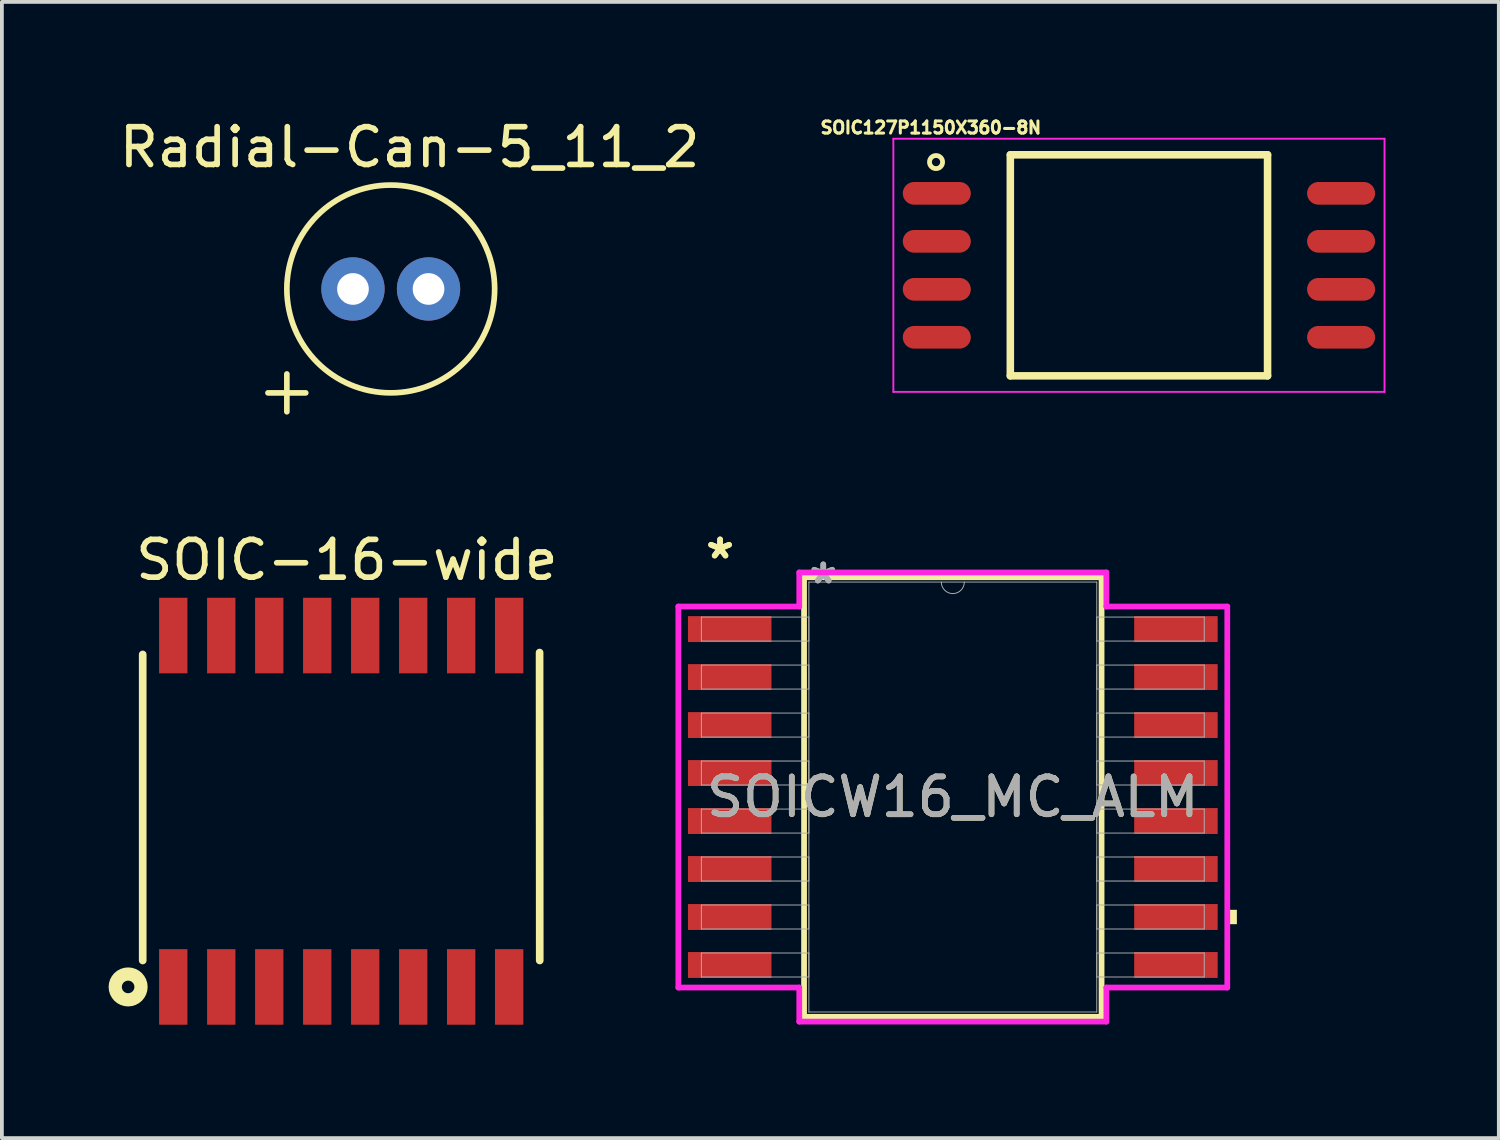
<source format=kicad_pcb>
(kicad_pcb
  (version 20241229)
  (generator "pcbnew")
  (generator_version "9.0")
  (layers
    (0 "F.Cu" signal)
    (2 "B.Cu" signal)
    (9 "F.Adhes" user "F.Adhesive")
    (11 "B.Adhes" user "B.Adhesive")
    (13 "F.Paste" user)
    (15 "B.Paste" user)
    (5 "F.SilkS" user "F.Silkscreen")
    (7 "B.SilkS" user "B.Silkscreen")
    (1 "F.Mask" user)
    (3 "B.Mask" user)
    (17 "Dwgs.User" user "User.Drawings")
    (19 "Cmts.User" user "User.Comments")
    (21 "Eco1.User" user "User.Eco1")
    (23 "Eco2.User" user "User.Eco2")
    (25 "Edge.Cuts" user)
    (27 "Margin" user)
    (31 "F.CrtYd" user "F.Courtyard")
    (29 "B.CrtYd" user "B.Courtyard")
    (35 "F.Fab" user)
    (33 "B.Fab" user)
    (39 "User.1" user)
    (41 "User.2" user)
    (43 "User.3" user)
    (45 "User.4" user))
  (footprint "Radial-Can-5_11_2"
    (layer "F.Cu")
    (at 7.292 4.598)
    (property "Reference" "Radial-Can-5_11_2" (at 0.5 -3.75 0) (layer "F.SilkS") (effects (font (size 1 1) (thickness 0.15))))
    (attr through_hole)
    (fp_line (start -3.25 2.75) (end -2.25 2.75) (stroke (width 0.15) (type solid)) (layer "F.SilkS"))
    (fp_line (start -2.75 3.25) (end -2.75 2.25) (stroke (width 0.15) (type solid)) (layer "F.SilkS"))
    (fp_circle (center 0 0) (end 2.75 0) (stroke (width 0.15) (type solid)) (fill no) (layer "F.SilkS"))
    (pad "1" thru_hole circle (at -1 0) (size 1.676 1.676) (drill 0.838) (layers "*.Cu" "*.Mask"))
    (pad "2" thru_hole circle (at 1 0) (size 1.676 1.676) (drill 0.838) (layers "*.Cu" "*.Mask")))
  (footprint "SOICW16_MC_ALM"
    (layer "F.Cu")
    (at 22.168 18.045)
    (property "Reference" "SOICW16_MC_ALM" (at 0 0 0) (unlocked yes) (layer "F.SilkS") (effects (font (size 1 1) (thickness 0.15))))
    (attr smd)
    (fp_line (start -3.937 -5.817) (end -3.937 5.817) (stroke (width 0.152) (type solid)) (layer "F.SilkS"))
    (fp_line (start -3.937 5.817) (end 3.937 5.817) (stroke (width 0.152) (type solid)) (layer "F.SilkS"))
    (fp_line (start 3.937 -5.817) (end -3.937 -5.817) (stroke (width 0.152) (type solid)) (layer "F.SilkS"))
    (fp_line (start 3.937 5.817) (end 3.937 -5.817) (stroke (width 0.152) (type solid)) (layer "F.SilkS"))
    (fp_poly (pts (xy 7.518 2.985) (xy 7.518 3.365) (xy 7.264 3.365) (xy 7.264 2.985)) (stroke (width 0) (type solid)) (fill yes) (layer "F.SilkS"))
    (fp_line (start -7.264 -5.042) (end -4.064 -5.042) (stroke (width 0.152) (type solid)) (layer "F.CrtYd"))
    (fp_line (start -7.264 5.042) (end -7.264 -5.042) (stroke (width 0.152) (type solid)) (layer "F.CrtYd"))
    (fp_line (start -7.264 5.042) (end -4.064 5.042) (stroke (width 0.152) (type solid)) (layer "F.CrtYd"))
    (fp_line (start -4.064 -5.944) (end 4.064 -5.944) (stroke (width 0.152) (type solid)) (layer "F.CrtYd"))
    (fp_line (start -4.064 -5.042) (end -4.064 -5.944) (stroke (width 0.152) (type solid)) (layer "F.CrtYd"))
    (fp_line (start -4.064 5.944) (end -4.064 5.042) (stroke (width 0.152) (type solid)) (layer "F.CrtYd"))
    (fp_line (start 4.064 -5.944) (end 4.064 -5.042) (stroke (width 0.152) (type solid)) (layer "F.CrtYd"))
    (fp_line (start 4.064 5.042) (end 4.064 5.944) (stroke (width 0.152) (type solid)) (layer "F.CrtYd"))
    (fp_line (start 4.064 5.944) (end -4.064 5.944) (stroke (width 0.152) (type solid)) (layer "F.CrtYd"))
    (fp_line (start 7.264 -5.042) (end 4.064 -5.042) (stroke (width 0.152) (type solid)) (layer "F.CrtYd"))
    (fp_line (start 7.264 -5.042) (end 7.264 5.042) (stroke (width 0.152) (type solid)) (layer "F.CrtYd"))
    (fp_line (start 7.264 5.042) (end 4.064 5.042) (stroke (width 0.152) (type solid)) (layer "F.CrtYd"))
    (fp_line (start -6.655 -4.763) (end -6.655 -4.128) (stroke (width 0.025) (type solid)) (layer "F.Fab"))
    (fp_line (start -6.655 -4.128) (end -3.81 -4.128) (stroke (width 0.025) (type solid)) (layer "F.Fab"))
    (fp_line (start -6.655 -3.493) (end -6.655 -2.857) (stroke (width 0.025) (type solid)) (layer "F.Fab"))
    (fp_line (start -6.655 -2.857) (end -3.81 -2.857) (stroke (width 0.025) (type solid)) (layer "F.Fab"))
    (fp_line (start -6.655 -2.223) (end -6.655 -1.587) (stroke (width 0.025) (type solid)) (layer "F.Fab"))
    (fp_line (start -6.655 -1.587) (end -3.81 -1.587) (stroke (width 0.025) (type solid)) (layer "F.Fab"))
    (fp_line (start -6.655 -0.953) (end -6.655 -0.318) (stroke (width 0.025) (type solid)) (layer "F.Fab"))
    (fp_line (start -6.655 -0.318) (end -3.81 -0.318) (stroke (width 0.025) (type solid)) (layer "F.Fab"))
    (fp_line (start -6.655 0.318) (end -6.655 0.953) (stroke (width 0.025) (type solid)) (layer "F.Fab"))
    (fp_line (start -6.655 0.953) (end -3.81 0.953) (stroke (width 0.025) (type solid)) (layer "F.Fab"))
    (fp_line (start -6.655 1.587) (end -6.655 2.223) (stroke (width 0.025) (type solid)) (layer "F.Fab"))
    (fp_line (start -6.655 2.223) (end -3.81 2.223) (stroke (width 0.025) (type solid)) (layer "F.Fab"))
    (fp_line (start -6.655 2.857) (end -6.655 3.493) (stroke (width 0.025) (type solid)) (layer "F.Fab"))
    (fp_line (start -6.655 3.493) (end -3.81 3.493) (stroke (width 0.025) (type solid)) (layer "F.Fab"))
    (fp_line (start -6.655 4.128) (end -6.655 4.763) (stroke (width 0.025) (type solid)) (layer "F.Fab"))
    (fp_line (start -6.655 4.763) (end -3.81 4.763) (stroke (width 0.025) (type solid)) (layer "F.Fab"))
    (fp_line (start -3.81 -5.69) (end -3.81 5.69) (stroke (width 0.025) (type solid)) (layer "F.Fab"))
    (fp_line (start -3.81 -4.763) (end -6.655 -4.763) (stroke (width 0.025) (type solid)) (layer "F.Fab"))
    (fp_line (start -3.81 -4.128) (end -3.81 -4.763) (stroke (width 0.025) (type solid)) (layer "F.Fab"))
    (fp_line (start -3.81 -3.493) (end -6.655 -3.493) (stroke (width 0.025) (type solid)) (layer "F.Fab"))
    (fp_line (start -3.81 -2.857) (end -3.81 -3.493) (stroke (width 0.025) (type solid)) (layer "F.Fab"))
    (fp_line (start -3.81 -2.223) (end -6.655 -2.223) (stroke (width 0.025) (type solid)) (layer "F.Fab"))
    (fp_line (start -3.81 -1.587) (end -3.81 -2.223) (stroke (width 0.025) (type solid)) (layer "F.Fab"))
    (fp_line (start -3.81 -0.953) (end -6.655 -0.953) (stroke (width 0.025) (type solid)) (layer "F.Fab"))
    (fp_line (start -3.81 -0.318) (end -3.81 -0.953) (stroke (width 0.025) (type solid)) (layer "F.Fab"))
    (fp_line (start -3.81 0.318) (end -6.655 0.318) (stroke (width 0.025) (type solid)) (layer "F.Fab"))
    (fp_line (start -3.81 0.953) (end -3.81 0.318) (stroke (width 0.025) (type solid)) (layer "F.Fab"))
    (fp_line (start -3.81 1.587) (end -6.655 1.587) (stroke (width 0.025) (type solid)) (layer "F.Fab"))
    (fp_line (start -3.81 2.223) (end -3.81 1.587) (stroke (width 0.025) (type solid)) (layer "F.Fab"))
    (fp_line (start -3.81 2.857) (end -6.655 2.857) (stroke (width 0.025) (type solid)) (layer "F.Fab"))
    (fp_line (start -3.81 3.493) (end -3.81 2.857) (stroke (width 0.025) (type solid)) (layer "F.Fab"))
    (fp_line (start -3.81 4.128) (end -6.655 4.128) (stroke (width 0.025) (type solid)) (layer "F.Fab"))
    (fp_line (start -3.81 4.763) (end -3.81 4.128) (stroke (width 0.025) (type solid)) (layer "F.Fab"))
    (fp_line (start -3.81 5.69) (end 3.81 5.69) (stroke (width 0.025) (type solid)) (layer "F.Fab"))
    (fp_line (start 3.81 -5.69) (end -3.81 -5.69) (stroke (width 0.025) (type solid)) (layer "F.Fab"))
    (fp_line (start 3.81 -4.763) (end 3.81 -4.128) (stroke (width 0.025) (type solid)) (layer "F.Fab"))
    (fp_line (start 3.81 -4.128) (end 6.655 -4.128) (stroke (width 0.025) (type solid)) (layer "F.Fab"))
    (fp_line (start 3.81 -3.493) (end 3.81 -2.857) (stroke (width 0.025) (type solid)) (layer "F.Fab"))
    (fp_line (start 3.81 -2.857) (end 6.655 -2.857) (stroke (width 0.025) (type solid)) (layer "F.Fab"))
    (fp_line (start 3.81 -2.223) (end 3.81 -1.587) (stroke (width 0.025) (type solid)) (layer "F.Fab"))
    (fp_line (start 3.81 -1.587) (end 6.655 -1.587) (stroke (width 0.025) (type solid)) (layer "F.Fab"))
    (fp_line (start 3.81 -0.953) (end 3.81 -0.318) (stroke (width 0.025) (type solid)) (layer "F.Fab"))
    (fp_line (start 3.81 -0.318) (end 6.655 -0.318) (stroke (width 0.025) (type solid)) (layer "F.Fab"))
    (fp_line (start 3.81 0.318) (end 3.81 0.953) (stroke (width 0.025) (type solid)) (layer "F.Fab"))
    (fp_line (start 3.81 0.953) (end 6.655 0.953) (stroke (width 0.025) (type solid)) (layer "F.Fab"))
    (fp_line (start 3.81 1.587) (end 3.81 2.223) (stroke (width 0.025) (type solid)) (layer "F.Fab"))
    (fp_line (start 3.81 2.223) (end 6.655 2.223) (stroke (width 0.025) (type solid)) (layer "F.Fab"))
    (fp_line (start 3.81 2.857) (end 3.81 3.493) (stroke (width 0.025) (type solid)) (layer "F.Fab"))
    (fp_line (start 3.81 3.493) (end 6.655 3.493) (stroke (width 0.025) (type solid)) (layer "F.Fab"))
    (fp_line (start 3.81 4.128) (end 3.81 4.763) (stroke (width 0.025) (type solid)) (layer "F.Fab"))
    (fp_line (start 3.81 4.763) (end 6.655 4.763) (stroke (width 0.025) (type solid)) (layer "F.Fab"))
    (fp_line (start 3.81 5.69) (end 3.81 -5.69) (stroke (width 0.025) (type solid)) (layer "F.Fab"))
    (fp_line (start 6.655 -4.763) (end 3.81 -4.763) (stroke (width 0.025) (type solid)) (layer "F.Fab"))
    (fp_line (start 6.655 -4.128) (end 6.655 -4.763) (stroke (width 0.025) (type solid)) (layer "F.Fab"))
    (fp_line (start 6.655 -3.493) (end 3.81 -3.493) (stroke (width 0.025) (type solid)) (layer "F.Fab"))
    (fp_line (start 6.655 -2.857) (end 6.655 -3.493) (stroke (width 0.025) (type solid)) (layer "F.Fab"))
    (fp_line (start 6.655 -2.223) (end 3.81 -2.223) (stroke (width 0.025) (type solid)) (layer "F.Fab"))
    (fp_line (start 6.655 -1.587) (end 6.655 -2.223) (stroke (width 0.025) (type solid)) (layer "F.Fab"))
    (fp_line (start 6.655 -0.953) (end 3.81 -0.953) (stroke (width 0.025) (type solid)) (layer "F.Fab"))
    (fp_line (start 6.655 -0.318) (end 6.655 -0.953) (stroke (width 0.025) (type solid)) (layer "F.Fab"))
    (fp_line (start 6.655 0.318) (end 3.81 0.318) (stroke (width 0.025) (type solid)) (layer "F.Fab"))
    (fp_line (start 6.655 0.953) (end 6.655 0.318) (stroke (width 0.025) (type solid)) (layer "F.Fab"))
    (fp_line (start 6.655 1.587) (end 3.81 1.587) (stroke (width 0.025) (type solid)) (layer "F.Fab"))
    (fp_line (start 6.655 2.223) (end 6.655 1.587) (stroke (width 0.025) (type solid)) (layer "F.Fab"))
    (fp_line (start 6.655 2.857) (end 3.81 2.857) (stroke (width 0.025) (type solid)) (layer "F.Fab"))
    (fp_line (start 6.655 3.493) (end 6.655 2.857) (stroke (width 0.025) (type solid)) (layer "F.Fab"))
    (fp_line (start 6.655 4.128) (end 3.81 4.128) (stroke (width 0.025) (type solid)) (layer "F.Fab"))
    (fp_line (start 6.655 4.763) (end 6.655 4.128) (stroke (width 0.025) (type solid)) (layer "F.Fab"))
    (fp_arc (start 0.3048 -5.6896) (mid 0 -5.3848) (end -0.3048 -5.6896) (stroke (width 0.0254) (type solid)) (layer "F.Fab"))
    (fp_text user "*" (at -6.16 -6.274 0) (layer "F.SilkS") (effects (font (size 1 1) (thickness 0.15))))
    (fp_text user "*" (at -6.16 -6.274 0) (unlocked yes) (layer "F.SilkS") (effects (font (size 1 1) (thickness 0.15))))
    (fp_text user "*" (at -3.429 -5.613 0) (layer "F.Fab") (effects (font (size 1 1) (thickness 0.15))))
    (fp_text user "${REFERENCE}" (at 0 0 0) (unlocked yes) (layer "F.Fab") (effects (font (size 1 1) (thickness 0.15))))
    (fp_text user "*" (at -3.429 -5.613 0) (unlocked yes) (layer "F.Fab") (effects (font (size 1 1) (thickness 0.15))))
    (pad "1" smd rect (at -5.905 -4.445) (size 2.21 0.686) (layers "F.Cu" "F.Mask" "F.Paste"))
    (pad "2" smd rect (at -5.905 -3.175) (size 2.21 0.686) (layers "F.Cu" "F.Mask" "F.Paste"))
    (pad "3" smd rect (at -5.905 -1.905) (size 2.21 0.686) (layers "F.Cu" "F.Mask" "F.Paste"))
    (pad "4" smd rect (at -5.905 -0.635) (size 2.21 0.686) (layers "F.Cu" "F.Mask" "F.Paste"))
    (pad "5" smd rect (at -5.905 0.635) (size 2.21 0.686) (layers "F.Cu" "F.Mask" "F.Paste"))
    (pad "6" smd rect (at -5.905 1.905) (size 2.21 0.686) (layers "F.Cu" "F.Mask" "F.Paste"))
    (pad "7" smd rect (at -5.905 3.175) (size 2.21 0.686) (layers "F.Cu" "F.Mask" "F.Paste"))
    (pad "8" smd rect (at -5.905 4.445) (size 2.21 0.686) (layers "F.Cu" "F.Mask" "F.Paste"))
    (pad "9" smd rect (at 5.905 4.445) (size 2.21 0.686) (layers "F.Cu" "F.Mask" "F.Paste"))
    (pad "10" smd rect (at 5.905 3.175) (size 2.21 0.686) (layers "F.Cu" "F.Mask" "F.Paste"))
    (pad "11" smd rect (at 5.905 1.905) (size 2.21 0.686) (layers "F.Cu" "F.Mask" "F.Paste"))
    (pad "12" smd rect (at 5.905 0.635) (size 2.21 0.686) (layers "F.Cu" "F.Mask" "F.Paste"))
    (pad "13" smd rect (at 5.905 -0.635) (size 2.21 0.686) (layers "F.Cu" "F.Mask" "F.Paste"))
    (pad "14" smd rect (at 5.905 -1.905) (size 2.21 0.686) (layers "F.Cu" "F.Mask" "F.Paste"))
    (pad "15" smd rect (at 5.905 -3.175) (size 2.21 0.686) (layers "F.Cu" "F.Mask" "F.Paste"))
    (pad "16" smd rect (at 5.905 -4.445) (size 2.21 0.686) (layers "F.Cu" "F.Mask" "F.Paste")))
  (footprint "SOIC-16-wide"
    (layer "F.Cu")
    (at 5.981 14.921)
    (property "Reference" "SOIC-16-wide" (at 0.15 -3.15 0) (layer "F.SilkS") (effects (font (size 1 1) (thickness 0.15))))
    (attr through_hole)
    (fp_line (start -5.254 7.45) (end -5.254 -0.65) (stroke (width 0.203) (type solid)) (layer "F.SilkS"))
    (fp_line (start 5.254 7.45) (end 5.25 -0.7) (stroke (width 0.203) (type solid)) (layer "F.SilkS"))
    (fp_circle (center -5.64 8.15) (end -5.5 8.24) (stroke (width 0.35) (type solid)) (fill no) (layer "F.SilkS"))
    (pad "1" smd rect (at -4.445 8.15) (size 0.75 2) (layers "F.Cu" "F.Mask" "F.Paste"))
    (pad "2" smd rect (at -3.175 8.15) (size 0.75 2) (layers "F.Cu" "F.Mask" "F.Paste"))
    (pad "3" smd rect (at -1.905 8.15) (size 0.75 2) (layers "F.Cu" "F.Mask" "F.Paste"))
    (pad "4" smd rect (at -0.635 8.15) (size 0.75 2) (layers "F.Cu" "F.Mask" "F.Paste"))
    (pad "5" smd rect (at 0.635 8.15) (size 0.75 2) (layers "F.Cu" "F.Mask" "F.Paste"))
    (pad "6" smd rect (at 1.905 8.15) (size 0.75 2) (layers "F.Cu" "F.Mask" "F.Paste"))
    (pad "7" smd rect (at 3.175 8.15) (size 0.75 2) (layers "F.Cu" "F.Mask" "F.Paste"))
    (pad "8" smd rect (at 4.445 8.15) (size 0.75 2) (layers "F.Cu" "F.Mask" "F.Paste"))
    (pad "9" smd rect (at 4.445 -1.15) (size 0.75 2) (layers "F.Cu" "F.Mask" "F.Paste"))
    (pad "10" smd rect (at 3.175 -1.15) (size 0.75 2) (layers "F.Cu" "F.Mask" "F.Paste"))
    (pad "11" smd rect (at 1.905 -1.15) (size 0.75 2) (layers "F.Cu" "F.Mask" "F.Paste"))
    (pad "12" smd rect (at 0.635 -1.15) (size 0.75 2) (layers "F.Cu" "F.Mask" "F.Paste"))
    (pad "13" smd rect (at -0.635 -1.15) (size 0.75 2) (layers "F.Cu" "F.Mask" "F.Paste"))
    (pad "14" smd rect (at -1.905 -1.15) (size 0.75 2) (layers "F.Cu" "F.Mask" "F.Paste"))
    (pad "15" smd rect (at -3.175 -1.15) (size 0.75 2) (layers "F.Cu" "F.Mask" "F.Paste"))
    (pad "16" smd rect (at -4.445 -1.15) (size 0.75 2) (layers "F.Cu" "F.Mask" "F.Paste")))
  (footprint "SOIC127P1150X360-8N"
    (layer "F.Cu")
    (at 27.094 3.972)
    (property "Reference" "SOIC127P1150X360-8N" (at -5.508 -3.644 0) (layer "F.SilkS") (effects (font (size 0.32 0.32) (thickness 0.15))))
    (attr smd)
    (fp_line (start -3.404 -2.925) (end -3.404 2.925) (stroke (width 0.2) (type solid)) (layer "F.SilkS"))
    (fp_line (start 3.404 -2.925) (end -3.404 -2.925) (stroke (width 0.2) (type solid)) (layer "F.SilkS"))
    (fp_line (start 3.404 -2.925) (end 3.404 2.925) (stroke (width 0.2) (type solid)) (layer "F.SilkS"))
    (fp_line (start 3.404 2.925) (end -3.404 2.925) (stroke (width 0.2) (type solid)) (layer "F.SilkS"))
    (fp_circle (center -5.37 -2.733) (end -5.197 -2.733) (stroke (width 0.127) (type solid)) (fill no) (layer "F.SilkS"))
    (fp_line (start -6.5 -3.35) (end 6.5 -3.35) (stroke (width 0.05) (type solid)) (layer "F.CrtYd"))
    (fp_line (start -6.5 3.35) (end -6.5 -3.35) (stroke (width 0.05) (type solid)) (layer "F.CrtYd"))
    (fp_line (start 6.5 -3.35) (end 6.5 3.35) (stroke (width 0.05) (type solid)) (layer "F.CrtYd"))
    (fp_line (start 6.5 3.35) (end -6.5 3.35) (stroke (width 0.05) (type solid)) (layer "F.CrtYd"))
    (pad "1" smd oval (at -5.35 -1.905) (size 1.8 0.6) (layers "F.Cu" "F.Mask" "F.Paste"))
    (pad "2" smd oval (at -5.35 -0.635) (size 1.8 0.6) (layers "F.Cu" "F.Mask" "F.Paste"))
    (pad "3" smd oval (at -5.35 0.635) (size 1.8 0.6) (layers "F.Cu" "F.Mask" "F.Paste"))
    (pad "4" smd oval (at -5.35 1.905) (size 1.8 0.6) (layers "F.Cu" "F.Mask" "F.Paste"))
    (pad "5" smd oval (at 5.35 1.905 180) (size 1.8 0.6) (layers "F.Cu" "F.Mask" "F.Paste"))
    (pad "6" smd oval (at 5.35 0.635 180) (size 1.8 0.6) (layers "F.Cu" "F.Mask" "F.Paste"))
    (pad "7" smd oval (at 5.35 -0.635 180) (size 1.8 0.6) (layers "F.Cu" "F.Mask" "F.Paste"))
    (pad "8" smd oval (at 5.35 -1.905 180) (size 1.8 0.6) (layers "F.Cu" "F.Mask" "F.Paste")))
  (gr_rect
    (start -3 -3)
    (end 36.619 27.072)
    (stroke (width 0.1) (type default))
    (fill no)
    (layer "Edge.Cuts")))
</source>
